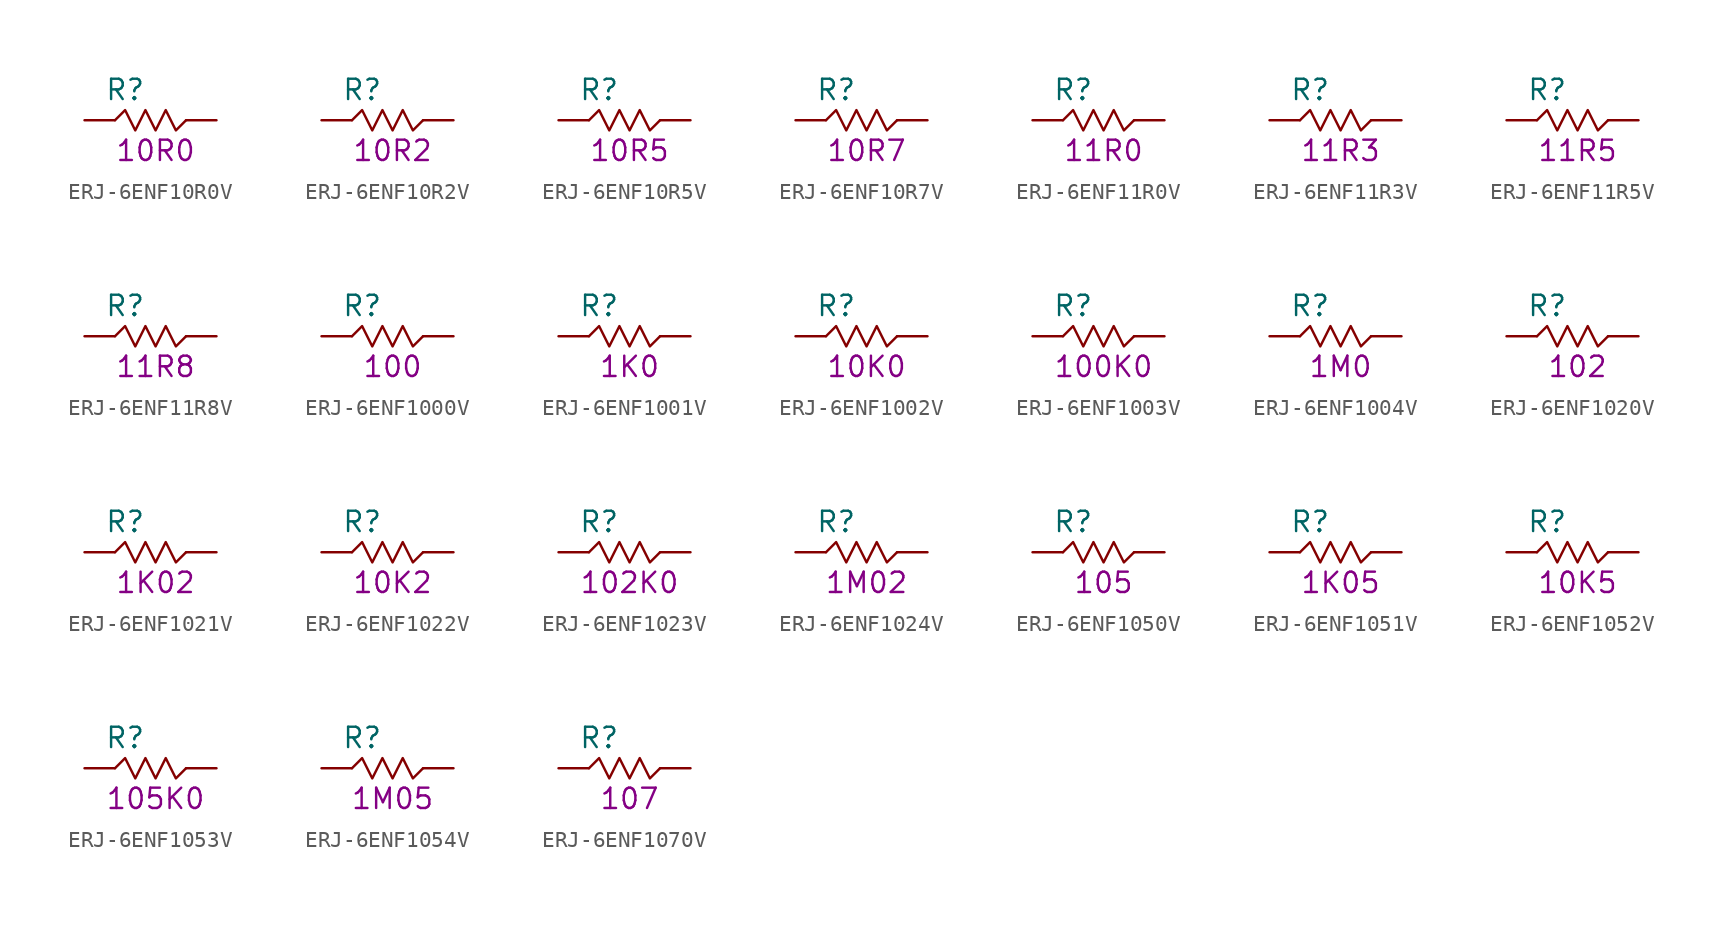
<source format=kicad_sym>
(kicad_symbol_lib
  (version 20211014)
  (generator KiCadLib_py)
  (symbol "ERJ-6ENF10R0V"
    (pin_numbers hide)
    (pin_names hide)
    (property "Reference" "R"
      (at -1.905 1.905 0)
      (effects (font (size 1.27 1.27))))
    (property "Val" "10R0"
      (at 0 -1.905 0)
      (effects (font (size 1.27 1.27))))
    (symbol "ERJ-6ENF10R0V_0_1"
      (polyline (pts (xy -2.54 0) (xy -1.905 0.635) (xy -1.27 -0.635) (xy -0.635 0.635) (xy 0 -0.635) (xy 0.635 0.635) (xy 1.27 -0.635) (xy 1.905 0)) (stroke (width 0) (type default) (color 0 0 0 0)) (fill (type none))))
    (symbol "ERJ-6ENF10R0V_1_1"
      (pin passive line (at -4.445 0 0) (length 1.905) (name "~" (effects (font (size 1.27 1.27)))) (number "1" (effects (font (size 1.27 1.27)))))
      (pin passive line (at 3.81 0 180) (length 1.905) (name "~" (effects (font (size 1.27 1.27)))) (number "2" (effects (font (size 1.27 1.27)))))))
  (symbol "ERJ-6ENF10R2V"
    (pin_numbers hide)
    (pin_names hide)
    (property "Reference" "R"
      (at -1.905 1.905 0)
      (effects (font (size 1.27 1.27))))
    (property "Val" "10R2"
      (at 0 -1.905 0)
      (effects (font (size 1.27 1.27))))
    (symbol "ERJ-6ENF10R2V_0_1"
      (polyline (pts (xy -2.54 0) (xy -1.905 0.635) (xy -1.27 -0.635) (xy -0.635 0.635) (xy 0 -0.635) (xy 0.635 0.635) (xy 1.27 -0.635) (xy 1.905 0)) (stroke (width 0) (type default) (color 0 0 0 0)) (fill (type none))))
    (symbol "ERJ-6ENF10R2V_1_1"
      (pin passive line (at -4.445 0 0) (length 1.905) (name "~" (effects (font (size 1.27 1.27)))) (number "1" (effects (font (size 1.27 1.27)))))
      (pin passive line (at 3.81 0 180) (length 1.905) (name "~" (effects (font (size 1.27 1.27)))) (number "2" (effects (font (size 1.27 1.27)))))))
  (symbol "ERJ-6ENF10R5V"
    (pin_numbers hide)
    (pin_names hide)
    (property "Reference" "R"
      (at -1.905 1.905 0)
      (effects (font (size 1.27 1.27))))
    (property "Val" "10R5"
      (at 0 -1.905 0)
      (effects (font (size 1.27 1.27))))
    (symbol "ERJ-6ENF10R5V_0_1"
      (polyline (pts (xy -2.54 0) (xy -1.905 0.635) (xy -1.27 -0.635) (xy -0.635 0.635) (xy 0 -0.635) (xy 0.635 0.635) (xy 1.27 -0.635) (xy 1.905 0)) (stroke (width 0) (type default) (color 0 0 0 0)) (fill (type none))))
    (symbol "ERJ-6ENF10R5V_1_1"
      (pin passive line (at -4.445 0 0) (length 1.905) (name "~" (effects (font (size 1.27 1.27)))) (number "1" (effects (font (size 1.27 1.27)))))
      (pin passive line (at 3.81 0 180) (length 1.905) (name "~" (effects (font (size 1.27 1.27)))) (number "2" (effects (font (size 1.27 1.27)))))))
  (symbol "ERJ-6ENF10R7V"
    (pin_numbers hide)
    (pin_names hide)
    (property "Reference" "R"
      (at -1.905 1.905 0)
      (effects (font (size 1.27 1.27))))
    (property "Val" "10R7"
      (at 0 -1.905 0)
      (effects (font (size 1.27 1.27))))
    (symbol "ERJ-6ENF10R7V_0_1"
      (polyline (pts (xy -2.54 0) (xy -1.905 0.635) (xy -1.27 -0.635) (xy -0.635 0.635) (xy 0 -0.635) (xy 0.635 0.635) (xy 1.27 -0.635) (xy 1.905 0)) (stroke (width 0) (type default) (color 0 0 0 0)) (fill (type none))))
    (symbol "ERJ-6ENF10R7V_1_1"
      (pin passive line (at -4.445 0 0) (length 1.905) (name "~" (effects (font (size 1.27 1.27)))) (number "1" (effects (font (size 1.27 1.27)))))
      (pin passive line (at 3.81 0 180) (length 1.905) (name "~" (effects (font (size 1.27 1.27)))) (number "2" (effects (font (size 1.27 1.27)))))))
  (symbol "ERJ-6ENF11R0V"
    (pin_numbers hide)
    (pin_names hide)
    (property "Reference" "R"
      (at -1.905 1.905 0)
      (effects (font (size 1.27 1.27))))
    (property "Val" "11R0"
      (at 0 -1.905 0)
      (effects (font (size 1.27 1.27))))
    (symbol "ERJ-6ENF11R0V_0_1"
      (polyline (pts (xy -2.54 0) (xy -1.905 0.635) (xy -1.27 -0.635) (xy -0.635 0.635) (xy 0 -0.635) (xy 0.635 0.635) (xy 1.27 -0.635) (xy 1.905 0)) (stroke (width 0) (type default) (color 0 0 0 0)) (fill (type none))))
    (symbol "ERJ-6ENF11R0V_1_1"
      (pin passive line (at -4.445 0 0) (length 1.905) (name "~" (effects (font (size 1.27 1.27)))) (number "1" (effects (font (size 1.27 1.27)))))
      (pin passive line (at 3.81 0 180) (length 1.905) (name "~" (effects (font (size 1.27 1.27)))) (number "2" (effects (font (size 1.27 1.27)))))))
  (symbol "ERJ-6ENF11R3V"
    (pin_numbers hide)
    (pin_names hide)
    (property "Reference" "R"
      (at -1.905 1.905 0)
      (effects (font (size 1.27 1.27))))
    (property "Val" "11R3"
      (at 0 -1.905 0)
      (effects (font (size 1.27 1.27))))
    (symbol "ERJ-6ENF11R3V_0_1"
      (polyline (pts (xy -2.54 0) (xy -1.905 0.635) (xy -1.27 -0.635) (xy -0.635 0.635) (xy 0 -0.635) (xy 0.635 0.635) (xy 1.27 -0.635) (xy 1.905 0)) (stroke (width 0) (type default) (color 0 0 0 0)) (fill (type none))))
    (symbol "ERJ-6ENF11R3V_1_1"
      (pin passive line (at -4.445 0 0) (length 1.905) (name "~" (effects (font (size 1.27 1.27)))) (number "1" (effects (font (size 1.27 1.27)))))
      (pin passive line (at 3.81 0 180) (length 1.905) (name "~" (effects (font (size 1.27 1.27)))) (number "2" (effects (font (size 1.27 1.27)))))))
  (symbol "ERJ-6ENF11R5V"
    (pin_numbers hide)
    (pin_names hide)
    (property "Reference" "R"
      (at -1.905 1.905 0)
      (effects (font (size 1.27 1.27))))
    (property "Val" "11R5"
      (at 0 -1.905 0)
      (effects (font (size 1.27 1.27))))
    (symbol "ERJ-6ENF11R5V_0_1"
      (polyline (pts (xy -2.54 0) (xy -1.905 0.635) (xy -1.27 -0.635) (xy -0.635 0.635) (xy 0 -0.635) (xy 0.635 0.635) (xy 1.27 -0.635) (xy 1.905 0)) (stroke (width 0) (type default) (color 0 0 0 0)) (fill (type none))))
    (symbol "ERJ-6ENF11R5V_1_1"
      (pin passive line (at -4.445 0 0) (length 1.905) (name "~" (effects (font (size 1.27 1.27)))) (number "1" (effects (font (size 1.27 1.27)))))
      (pin passive line (at 3.81 0 180) (length 1.905) (name "~" (effects (font (size 1.27 1.27)))) (number "2" (effects (font (size 1.27 1.27)))))))
  (symbol "ERJ-6ENF11R8V"
    (pin_numbers hide)
    (pin_names hide)
    (property "Reference" "R"
      (at -1.905 1.905 0)
      (effects (font (size 1.27 1.27))))
    (property "Val" "11R8"
      (at 0 -1.905 0)
      (effects (font (size 1.27 1.27))))
    (symbol "ERJ-6ENF11R8V_0_1"
      (polyline (pts (xy -2.54 0) (xy -1.905 0.635) (xy -1.27 -0.635) (xy -0.635 0.635) (xy 0 -0.635) (xy 0.635 0.635) (xy 1.27 -0.635) (xy 1.905 0)) (stroke (width 0) (type default) (color 0 0 0 0)) (fill (type none))))
    (symbol "ERJ-6ENF11R8V_1_1"
      (pin passive line (at -4.445 0 0) (length 1.905) (name "~" (effects (font (size 1.27 1.27)))) (number "1" (effects (font (size 1.27 1.27)))))
      (pin passive line (at 3.81 0 180) (length 1.905) (name "~" (effects (font (size 1.27 1.27)))) (number "2" (effects (font (size 1.27 1.27)))))))
  (symbol "ERJ-6ENF1000V"
    (pin_numbers hide)
    (pin_names hide)
    (property "Reference" "R"
      (at -1.905 1.905 0)
      (effects (font (size 1.27 1.27))))
    (property "Val" "100"
      (at 0 -1.905 0)
      (effects (font (size 1.27 1.27))))
    (symbol "ERJ-6ENF1000V_0_1"
      (polyline (pts (xy -2.54 0) (xy -1.905 0.635) (xy -1.27 -0.635) (xy -0.635 0.635) (xy 0 -0.635) (xy 0.635 0.635) (xy 1.27 -0.635) (xy 1.905 0)) (stroke (width 0) (type default) (color 0 0 0 0)) (fill (type none))))
    (symbol "ERJ-6ENF1000V_1_1"
      (pin passive line (at -4.445 0 0) (length 1.905) (name "~" (effects (font (size 1.27 1.27)))) (number "1" (effects (font (size 1.27 1.27)))))
      (pin passive line (at 3.81 0 180) (length 1.905) (name "~" (effects (font (size 1.27 1.27)))) (number "2" (effects (font (size 1.27 1.27)))))))
  (symbol "ERJ-6ENF1001V"
    (pin_numbers hide)
    (pin_names hide)
    (property "Reference" "R"
      (at -1.905 1.905 0)
      (effects (font (size 1.27 1.27))))
    (property "Val" "1K0"
      (at 0 -1.905 0)
      (effects (font (size 1.27 1.27))))
    (symbol "ERJ-6ENF1001V_0_1"
      (polyline (pts (xy -2.54 0) (xy -1.905 0.635) (xy -1.27 -0.635) (xy -0.635 0.635) (xy 0 -0.635) (xy 0.635 0.635) (xy 1.27 -0.635) (xy 1.905 0)) (stroke (width 0) (type default) (color 0 0 0 0)) (fill (type none))))
    (symbol "ERJ-6ENF1001V_1_1"
      (pin passive line (at -4.445 0 0) (length 1.905) (name "~" (effects (font (size 1.27 1.27)))) (number "1" (effects (font (size 1.27 1.27)))))
      (pin passive line (at 3.81 0 180) (length 1.905) (name "~" (effects (font (size 1.27 1.27)))) (number "2" (effects (font (size 1.27 1.27)))))))
  (symbol "ERJ-6ENF1002V"
    (pin_numbers hide)
    (pin_names hide)
    (property "Reference" "R"
      (at -1.905 1.905 0)
      (effects (font (size 1.27 1.27))))
    (property "Val" "10K0"
      (at 0 -1.905 0)
      (effects (font (size 1.27 1.27))))
    (symbol "ERJ-6ENF1002V_0_1"
      (polyline (pts (xy -2.54 0) (xy -1.905 0.635) (xy -1.27 -0.635) (xy -0.635 0.635) (xy 0 -0.635) (xy 0.635 0.635) (xy 1.27 -0.635) (xy 1.905 0)) (stroke (width 0) (type default) (color 0 0 0 0)) (fill (type none))))
    (symbol "ERJ-6ENF1002V_1_1"
      (pin passive line (at -4.445 0 0) (length 1.905) (name "~" (effects (font (size 1.27 1.27)))) (number "1" (effects (font (size 1.27 1.27)))))
      (pin passive line (at 3.81 0 180) (length 1.905) (name "~" (effects (font (size 1.27 1.27)))) (number "2" (effects (font (size 1.27 1.27)))))))
  (symbol "ERJ-6ENF1003V"
    (pin_numbers hide)
    (pin_names hide)
    (property "Reference" "R"
      (at -1.905 1.905 0)
      (effects (font (size 1.27 1.27))))
    (property "Val" "100K0"
      (at 0 -1.905 0)
      (effects (font (size 1.27 1.27))))
    (symbol "ERJ-6ENF1003V_0_1"
      (polyline (pts (xy -2.54 0) (xy -1.905 0.635) (xy -1.27 -0.635) (xy -0.635 0.635) (xy 0 -0.635) (xy 0.635 0.635) (xy 1.27 -0.635) (xy 1.905 0)) (stroke (width 0) (type default) (color 0 0 0 0)) (fill (type none))))
    (symbol "ERJ-6ENF1003V_1_1"
      (pin passive line (at -4.445 0 0) (length 1.905) (name "~" (effects (font (size 1.27 1.27)))) (number "1" (effects (font (size 1.27 1.27)))))
      (pin passive line (at 3.81 0 180) (length 1.905) (name "~" (effects (font (size 1.27 1.27)))) (number "2" (effects (font (size 1.27 1.27)))))))
  (symbol "ERJ-6ENF1004V"
    (pin_numbers hide)
    (pin_names hide)
    (property "Reference" "R"
      (at -1.905 1.905 0)
      (effects (font (size 1.27 1.27))))
    (property "Val" "1M0"
      (at 0 -1.905 0)
      (effects (font (size 1.27 1.27))))
    (symbol "ERJ-6ENF1004V_0_1"
      (polyline (pts (xy -2.54 0) (xy -1.905 0.635) (xy -1.27 -0.635) (xy -0.635 0.635) (xy 0 -0.635) (xy 0.635 0.635) (xy 1.27 -0.635) (xy 1.905 0)) (stroke (width 0) (type default) (color 0 0 0 0)) (fill (type none))))
    (symbol "ERJ-6ENF1004V_1_1"
      (pin passive line (at -4.445 0 0) (length 1.905) (name "~" (effects (font (size 1.27 1.27)))) (number "1" (effects (font (size 1.27 1.27)))))
      (pin passive line (at 3.81 0 180) (length 1.905) (name "~" (effects (font (size 1.27 1.27)))) (number "2" (effects (font (size 1.27 1.27)))))))
  (symbol "ERJ-6ENF1020V"
    (pin_numbers hide)
    (pin_names hide)
    (property "Reference" "R"
      (at -1.905 1.905 0)
      (effects (font (size 1.27 1.27))))
    (property "Val" "102"
      (at 0 -1.905 0)
      (effects (font (size 1.27 1.27))))
    (symbol "ERJ-6ENF1020V_0_1"
      (polyline (pts (xy -2.54 0) (xy -1.905 0.635) (xy -1.27 -0.635) (xy -0.635 0.635) (xy 0 -0.635) (xy 0.635 0.635) (xy 1.27 -0.635) (xy 1.905 0)) (stroke (width 0) (type default) (color 0 0 0 0)) (fill (type none))))
    (symbol "ERJ-6ENF1020V_1_1"
      (pin passive line (at -4.445 0 0) (length 1.905) (name "~" (effects (font (size 1.27 1.27)))) (number "1" (effects (font (size 1.27 1.27)))))
      (pin passive line (at 3.81 0 180) (length 1.905) (name "~" (effects (font (size 1.27 1.27)))) (number "2" (effects (font (size 1.27 1.27)))))))
  (symbol "ERJ-6ENF1021V"
    (pin_numbers hide)
    (pin_names hide)
    (property "Reference" "R"
      (at -1.905 1.905 0)
      (effects (font (size 1.27 1.27))))
    (property "Val" "1K02"
      (at 0 -1.905 0)
      (effects (font (size 1.27 1.27))))
    (symbol "ERJ-6ENF1021V_0_1"
      (polyline (pts (xy -2.54 0) (xy -1.905 0.635) (xy -1.27 -0.635) (xy -0.635 0.635) (xy 0 -0.635) (xy 0.635 0.635) (xy 1.27 -0.635) (xy 1.905 0)) (stroke (width 0) (type default) (color 0 0 0 0)) (fill (type none))))
    (symbol "ERJ-6ENF1021V_1_1"
      (pin passive line (at -4.445 0 0) (length 1.905) (name "~" (effects (font (size 1.27 1.27)))) (number "1" (effects (font (size 1.27 1.27)))))
      (pin passive line (at 3.81 0 180) (length 1.905) (name "~" (effects (font (size 1.27 1.27)))) (number "2" (effects (font (size 1.27 1.27)))))))
  (symbol "ERJ-6ENF1022V"
    (pin_numbers hide)
    (pin_names hide)
    (property "Reference" "R"
      (at -1.905 1.905 0)
      (effects (font (size 1.27 1.27))))
    (property "Val" "10K2"
      (at 0 -1.905 0)
      (effects (font (size 1.27 1.27))))
    (symbol "ERJ-6ENF1022V_0_1"
      (polyline (pts (xy -2.54 0) (xy -1.905 0.635) (xy -1.27 -0.635) (xy -0.635 0.635) (xy 0 -0.635) (xy 0.635 0.635) (xy 1.27 -0.635) (xy 1.905 0)) (stroke (width 0) (type default) (color 0 0 0 0)) (fill (type none))))
    (symbol "ERJ-6ENF1022V_1_1"
      (pin passive line (at -4.445 0 0) (length 1.905) (name "~" (effects (font (size 1.27 1.27)))) (number "1" (effects (font (size 1.27 1.27)))))
      (pin passive line (at 3.81 0 180) (length 1.905) (name "~" (effects (font (size 1.27 1.27)))) (number "2" (effects (font (size 1.27 1.27)))))))
  (symbol "ERJ-6ENF1023V"
    (pin_numbers hide)
    (pin_names hide)
    (property "Reference" "R"
      (at -1.905 1.905 0)
      (effects (font (size 1.27 1.27))))
    (property "Val" "102K0"
      (at 0 -1.905 0)
      (effects (font (size 1.27 1.27))))
    (symbol "ERJ-6ENF1023V_0_1"
      (polyline (pts (xy -2.54 0) (xy -1.905 0.635) (xy -1.27 -0.635) (xy -0.635 0.635) (xy 0 -0.635) (xy 0.635 0.635) (xy 1.27 -0.635) (xy 1.905 0)) (stroke (width 0) (type default) (color 0 0 0 0)) (fill (type none))))
    (symbol "ERJ-6ENF1023V_1_1"
      (pin passive line (at -4.445 0 0) (length 1.905) (name "~" (effects (font (size 1.27 1.27)))) (number "1" (effects (font (size 1.27 1.27)))))
      (pin passive line (at 3.81 0 180) (length 1.905) (name "~" (effects (font (size 1.27 1.27)))) (number "2" (effects (font (size 1.27 1.27)))))))
  (symbol "ERJ-6ENF1024V"
    (pin_numbers hide)
    (pin_names hide)
    (property "Reference" "R"
      (at -1.905 1.905 0)
      (effects (font (size 1.27 1.27))))
    (property "Val" "1M02"
      (at 0 -1.905 0)
      (effects (font (size 1.27 1.27))))
    (symbol "ERJ-6ENF1024V_0_1"
      (polyline (pts (xy -2.54 0) (xy -1.905 0.635) (xy -1.27 -0.635) (xy -0.635 0.635) (xy 0 -0.635) (xy 0.635 0.635) (xy 1.27 -0.635) (xy 1.905 0)) (stroke (width 0) (type default) (color 0 0 0 0)) (fill (type none))))
    (symbol "ERJ-6ENF1024V_1_1"
      (pin passive line (at -4.445 0 0) (length 1.905) (name "~" (effects (font (size 1.27 1.27)))) (number "1" (effects (font (size 1.27 1.27)))))
      (pin passive line (at 3.81 0 180) (length 1.905) (name "~" (effects (font (size 1.27 1.27)))) (number "2" (effects (font (size 1.27 1.27)))))))
  (symbol "ERJ-6ENF1050V"
    (pin_numbers hide)
    (pin_names hide)
    (property "Reference" "R"
      (at -1.905 1.905 0)
      (effects (font (size 1.27 1.27))))
    (property "Val" "105"
      (at 0 -1.905 0)
      (effects (font (size 1.27 1.27))))
    (symbol "ERJ-6ENF1050V_0_1"
      (polyline (pts (xy -2.54 0) (xy -1.905 0.635) (xy -1.27 -0.635) (xy -0.635 0.635) (xy 0 -0.635) (xy 0.635 0.635) (xy 1.27 -0.635) (xy 1.905 0)) (stroke (width 0) (type default) (color 0 0 0 0)) (fill (type none))))
    (symbol "ERJ-6ENF1050V_1_1"
      (pin passive line (at -4.445 0 0) (length 1.905) (name "~" (effects (font (size 1.27 1.27)))) (number "1" (effects (font (size 1.27 1.27)))))
      (pin passive line (at 3.81 0 180) (length 1.905) (name "~" (effects (font (size 1.27 1.27)))) (number "2" (effects (font (size 1.27 1.27)))))))
  (symbol "ERJ-6ENF1051V"
    (pin_numbers hide)
    (pin_names hide)
    (property "Reference" "R"
      (at -1.905 1.905 0)
      (effects (font (size 1.27 1.27))))
    (property "Val" "1K05"
      (at 0 -1.905 0)
      (effects (font (size 1.27 1.27))))
    (symbol "ERJ-6ENF1051V_0_1"
      (polyline (pts (xy -2.54 0) (xy -1.905 0.635) (xy -1.27 -0.635) (xy -0.635 0.635) (xy 0 -0.635) (xy 0.635 0.635) (xy 1.27 -0.635) (xy 1.905 0)) (stroke (width 0) (type default) (color 0 0 0 0)) (fill (type none))))
    (symbol "ERJ-6ENF1051V_1_1"
      (pin passive line (at -4.445 0 0) (length 1.905) (name "~" (effects (font (size 1.27 1.27)))) (number "1" (effects (font (size 1.27 1.27)))))
      (pin passive line (at 3.81 0 180) (length 1.905) (name "~" (effects (font (size 1.27 1.27)))) (number "2" (effects (font (size 1.27 1.27)))))))
  (symbol "ERJ-6ENF1052V"
    (pin_numbers hide)
    (pin_names hide)
    (property "Reference" "R"
      (at -1.905 1.905 0)
      (effects (font (size 1.27 1.27))))
    (property "Val" "10K5"
      (at 0 -1.905 0)
      (effects (font (size 1.27 1.27))))
    (symbol "ERJ-6ENF1052V_0_1"
      (polyline (pts (xy -2.54 0) (xy -1.905 0.635) (xy -1.27 -0.635) (xy -0.635 0.635) (xy 0 -0.635) (xy 0.635 0.635) (xy 1.27 -0.635) (xy 1.905 0)) (stroke (width 0) (type default) (color 0 0 0 0)) (fill (type none))))
    (symbol "ERJ-6ENF1052V_1_1"
      (pin passive line (at -4.445 0 0) (length 1.905) (name "~" (effects (font (size 1.27 1.27)))) (number "1" (effects (font (size 1.27 1.27)))))
      (pin passive line (at 3.81 0 180) (length 1.905) (name "~" (effects (font (size 1.27 1.27)))) (number "2" (effects (font (size 1.27 1.27)))))))
  (symbol "ERJ-6ENF1053V"
    (pin_numbers hide)
    (pin_names hide)
    (property "Reference" "R"
      (at -1.905 1.905 0)
      (effects (font (size 1.27 1.27))))
    (property "Val" "105K0"
      (at 0 -1.905 0)
      (effects (font (size 1.27 1.27))))
    (symbol "ERJ-6ENF1053V_0_1"
      (polyline (pts (xy -2.54 0) (xy -1.905 0.635) (xy -1.27 -0.635) (xy -0.635 0.635) (xy 0 -0.635) (xy 0.635 0.635) (xy 1.27 -0.635) (xy 1.905 0)) (stroke (width 0) (type default) (color 0 0 0 0)) (fill (type none))))
    (symbol "ERJ-6ENF1053V_1_1"
      (pin passive line (at -4.445 0 0) (length 1.905) (name "~" (effects (font (size 1.27 1.27)))) (number "1" (effects (font (size 1.27 1.27)))))
      (pin passive line (at 3.81 0 180) (length 1.905) (name "~" (effects (font (size 1.27 1.27)))) (number "2" (effects (font (size 1.27 1.27)))))))
  (symbol "ERJ-6ENF1054V"
    (pin_numbers hide)
    (pin_names hide)
    (property "Reference" "R"
      (at -1.905 1.905 0)
      (effects (font (size 1.27 1.27))))
    (property "Val" "1M05"
      (at 0 -1.905 0)
      (effects (font (size 1.27 1.27))))
    (symbol "ERJ-6ENF1054V_0_1"
      (polyline (pts (xy -2.54 0) (xy -1.905 0.635) (xy -1.27 -0.635) (xy -0.635 0.635) (xy 0 -0.635) (xy 0.635 0.635) (xy 1.27 -0.635) (xy 1.905 0)) (stroke (width 0) (type default) (color 0 0 0 0)) (fill (type none))))
    (symbol "ERJ-6ENF1054V_1_1"
      (pin passive line (at -4.445 0 0) (length 1.905) (name "~" (effects (font (size 1.27 1.27)))) (number "1" (effects (font (size 1.27 1.27)))))
      (pin passive line (at 3.81 0 180) (length 1.905) (name "~" (effects (font (size 1.27 1.27)))) (number "2" (effects (font (size 1.27 1.27)))))))
  (symbol "ERJ-6ENF1070V"
    (pin_numbers hide)
    (pin_names hide)
    (property "Reference" "R"
      (at -1.905 1.905 0)
      (effects (font (size 1.27 1.27))))
    (property "Val" "107"
      (at 0 -1.905 0)
      (effects (font (size 1.27 1.27))))
    (symbol "ERJ-6ENF1070V_0_1"
      (polyline (pts (xy -2.54 0) (xy -1.905 0.635) (xy -1.27 -0.635) (xy -0.635 0.635) (xy 0 -0.635) (xy 0.635 0.635) (xy 1.27 -0.635) (xy 1.905 0)) (stroke (width 0) (type default) (color 0 0 0 0)) (fill (type none))))
    (symbol "ERJ-6ENF1070V_1_1"
      (pin passive line (at -4.445 0 0) (length 1.905) (name "~" (effects (font (size 1.27 1.27)))) (number "1" (effects (font (size 1.27 1.27)))))
      (pin passive line (at 3.81 0 180) (length 1.905) (name "~" (effects (font (size 1.27 1.27)))) (number "2" (effects (font (size 1.27 1.27))))))))
</source>
